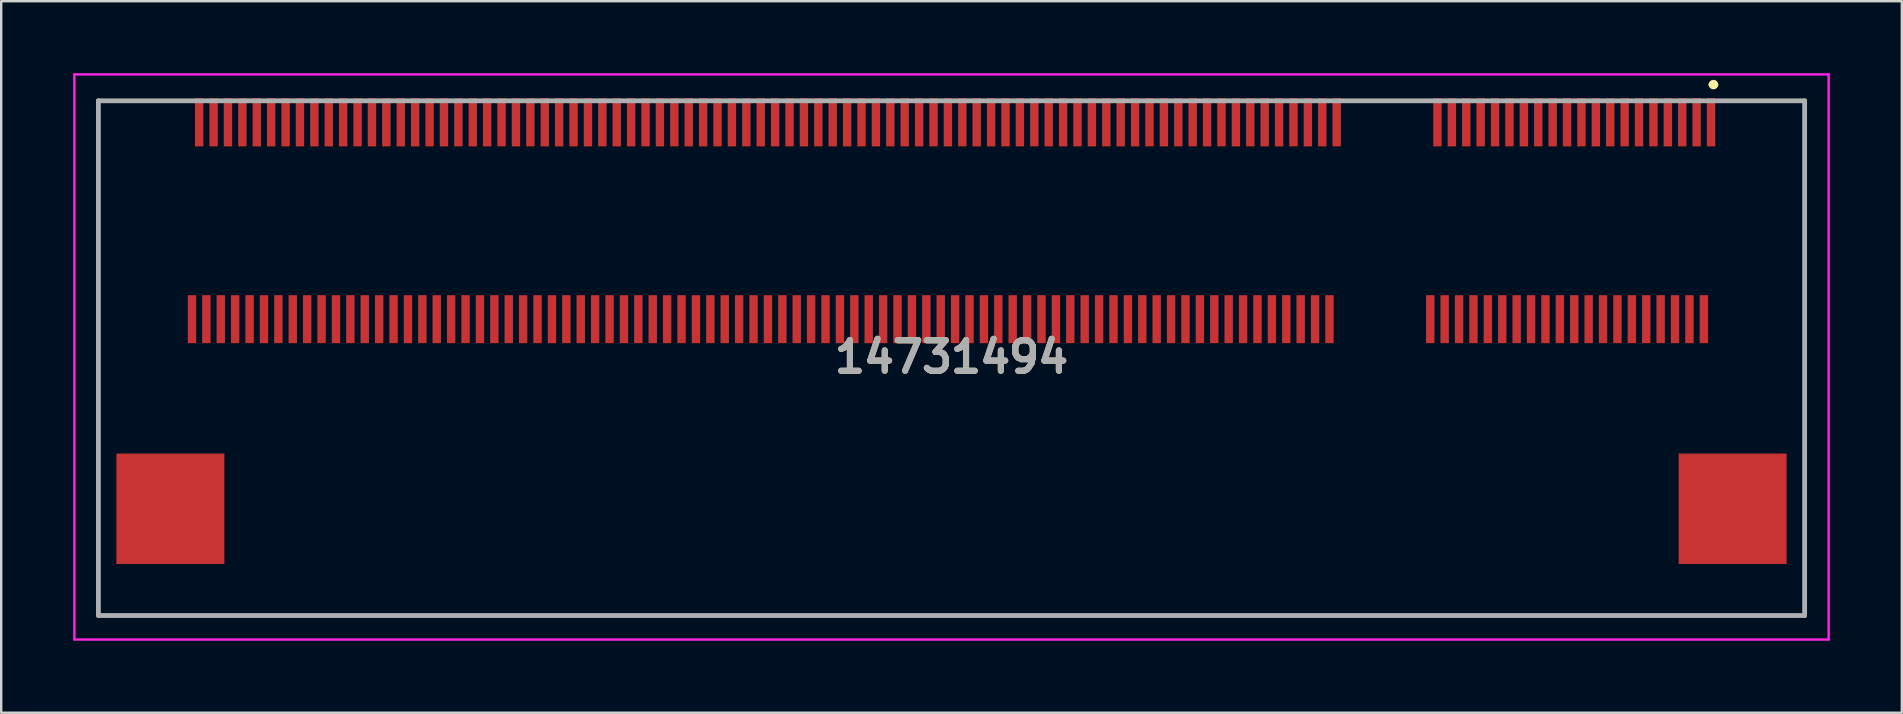
<source format=kicad_pcb>
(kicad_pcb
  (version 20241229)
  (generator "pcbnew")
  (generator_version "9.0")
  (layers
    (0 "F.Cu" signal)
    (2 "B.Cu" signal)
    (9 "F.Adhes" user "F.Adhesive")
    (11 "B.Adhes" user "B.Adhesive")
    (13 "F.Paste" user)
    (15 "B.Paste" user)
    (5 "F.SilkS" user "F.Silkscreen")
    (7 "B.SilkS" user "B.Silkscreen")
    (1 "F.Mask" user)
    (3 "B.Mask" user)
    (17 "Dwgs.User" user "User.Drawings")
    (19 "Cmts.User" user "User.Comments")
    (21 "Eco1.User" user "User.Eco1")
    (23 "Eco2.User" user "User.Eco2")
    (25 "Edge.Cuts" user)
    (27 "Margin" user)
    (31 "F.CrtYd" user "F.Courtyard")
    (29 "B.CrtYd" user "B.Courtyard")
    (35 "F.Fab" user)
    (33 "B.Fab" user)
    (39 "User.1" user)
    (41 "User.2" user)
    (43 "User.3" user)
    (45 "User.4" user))
  (footprint "14731494"
    (layer "F.Cu")
    (at 36.6 11.875)
    (property "Reference" "14731494" (at 0 -0.05 0) (layer "F.SilkS") (effects (font (size 1.27 1.27) (thickness 0.254))))
    (attr through_hole)
    (fp_line (start -35.55 -10.725) (end -33 -10.725) (stroke (width 0.1) (type solid)) (layer "F.SilkS"))
    (fp_line (start -35.55 10.725) (end -35.55 -10.725) (stroke (width 0.1) (type solid)) (layer "F.SilkS"))
    (fp_line (start 31.65 -11.4) (end 31.65 -11.4) (stroke (width 0.2) (type solid)) (layer "F.SilkS"))
    (fp_line (start 31.85 -11.4) (end 31.85 -11.4) (stroke (width 0.2) (type solid)) (layer "F.SilkS"))
    (fp_line (start 33 -10.725) (end 35.55 -10.725) (stroke (width 0.1) (type solid)) (layer "F.SilkS"))
    (fp_line (start 35.55 -10.725) (end 35.55 10.725) (stroke (width 0.1) (type solid)) (layer "F.SilkS"))
    (fp_line (start 35.55 10.725) (end -35.55 10.725) (stroke (width 0.1) (type solid)) (layer "F.SilkS"))
    (fp_arc (start 31.65 -11.4) (mid 31.75 -11.5) (end 31.85 -11.4) (stroke (width 0.2) (type solid)) (layer "F.SilkS"))
    (fp_arc (start 31.85 -11.4) (mid 31.75 -11.3) (end 31.65 -11.4) (stroke (width 0.2) (type solid)) (layer "F.SilkS"))
    (fp_line (start -36.55 -11.825) (end 36.55 -11.825) (stroke (width 0.1) (type solid)) (layer "F.CrtYd"))
    (fp_line (start -36.55 11.725) (end -36.55 -11.825) (stroke (width 0.1) (type solid)) (layer "F.CrtYd"))
    (fp_line (start 36.55 -11.825) (end 36.55 11.725) (stroke (width 0.1) (type solid)) (layer "F.CrtYd"))
    (fp_line (start 36.55 11.725) (end -36.55 11.725) (stroke (width 0.1) (type solid)) (layer "F.CrtYd"))
    (fp_line (start -35.55 -10.725) (end 35.55 -10.725) (stroke (width 0.2) (type solid)) (layer "F.Fab"))
    (fp_line (start -35.55 10.725) (end -35.55 -10.725) (stroke (width 0.2) (type solid)) (layer "F.Fab"))
    (fp_line (start 35.55 -10.725) (end 35.55 10.725) (stroke (width 0.2) (type solid)) (layer "F.Fab"))
    (fp_line (start 35.55 10.725) (end -35.55 10.725) (stroke (width 0.2) (type solid)) (layer "F.Fab"))
    (fp_text user "${REFERENCE}" (at 0 -0.05 0) (layer "F.Fab") (effects (font (size 1.27 1.27) (thickness 0.254))))
    (pad "" np_thru_hole circle (at -33.4 -5.725) (size 0.001 0.001) (drill 1.1) (layers "*.Cu" "*.Mask"))
    (pad "" np_thru_hole circle (at 33.4 -5.725) (size 0.001 0.001) (drill 1.6) (layers "*.Cu" "*.Mask"))
    (pad "1" smd rect (at 31.65 -9.825) (size 0.35 2) (layers "F.Cu" "F.Mask" "F.Paste"))
    (pad "2" smd rect (at 31.35 -1.625) (size 0.35 2) (layers "F.Cu" "F.Mask" "F.Paste"))
    (pad "3" smd rect (at 31.05 -9.825) (size 0.35 2) (layers "F.Cu" "F.Mask" "F.Paste"))
    (pad "4" smd rect (at 30.75 -1.625) (size 0.35 2) (layers "F.Cu" "F.Mask" "F.Paste"))
    (pad "5" smd rect (at 30.45 -9.825) (size 0.35 2) (layers "F.Cu" "F.Mask" "F.Paste"))
    (pad "6" smd rect (at 30.15 -1.625) (size 0.35 2) (layers "F.Cu" "F.Mask" "F.Paste"))
    (pad "7" smd rect (at 29.85 -9.825) (size 0.35 2) (layers "F.Cu" "F.Mask" "F.Paste"))
    (pad "8" smd rect (at 29.55 -1.625) (size 0.35 2) (layers "F.Cu" "F.Mask" "F.Paste"))
    (pad "9" smd rect (at 29.25 -9.825) (size 0.35 2) (layers "F.Cu" "F.Mask" "F.Paste"))
    (pad "10" smd rect (at 28.95 -1.625) (size 0.35 2) (layers "F.Cu" "F.Mask" "F.Paste"))
    (pad "11" smd rect (at 28.65 -9.825) (size 0.35 2) (layers "F.Cu" "F.Mask" "F.Paste"))
    (pad "12" smd rect (at 28.35 -1.625) (size 0.35 2) (layers "F.Cu" "F.Mask" "F.Paste"))
    (pad "13" smd rect (at 28.05 -9.825) (size 0.35 2) (layers "F.Cu" "F.Mask" "F.Paste"))
    (pad "14" smd rect (at 27.75 -1.625) (size 0.35 2) (layers "F.Cu" "F.Mask" "F.Paste"))
    (pad "15" smd rect (at 27.45 -9.825) (size 0.35 2) (layers "F.Cu" "F.Mask" "F.Paste"))
    (pad "16" smd rect (at 27.15 -1.625) (size 0.35 2) (layers "F.Cu" "F.Mask" "F.Paste"))
    (pad "17" smd rect (at 26.85 -9.825) (size 0.35 2) (layers "F.Cu" "F.Mask" "F.Paste"))
    (pad "18" smd rect (at 26.55 -1.625) (size 0.35 2) (layers "F.Cu" "F.Mask" "F.Paste"))
    (pad "19" smd rect (at 26.25 -9.825) (size 0.35 2) (layers "F.Cu" "F.Mask" "F.Paste"))
    (pad "20" smd rect (at 25.95 -1.625) (size 0.35 2) (layers "F.Cu" "F.Mask" "F.Paste"))
    (pad "21" smd rect (at 25.65 -9.825) (size 0.35 2) (layers "F.Cu" "F.Mask" "F.Paste"))
    (pad "22" smd rect (at 25.35 -1.625) (size 0.35 2) (layers "F.Cu" "F.Mask" "F.Paste"))
    (pad "23" smd rect (at 25.05 -9.825) (size 0.35 2) (layers "F.Cu" "F.Mask" "F.Paste"))
    (pad "24" smd rect (at 24.75 -1.625) (size 0.35 2) (layers "F.Cu" "F.Mask" "F.Paste"))
    (pad "25" smd rect (at 24.45 -9.825) (size 0.35 2) (layers "F.Cu" "F.Mask" "F.Paste"))
    (pad "26" smd rect (at 24.15 -1.625) (size 0.35 2) (layers "F.Cu" "F.Mask" "F.Paste"))
    (pad "27" smd rect (at 23.85 -9.825) (size 0.35 2) (layers "F.Cu" "F.Mask" "F.Paste"))
    (pad "28" smd rect (at 23.55 -1.625) (size 0.35 2) (layers "F.Cu" "F.Mask" "F.Paste"))
    (pad "29" smd rect (at 23.25 -9.825) (size 0.35 2) (layers "F.Cu" "F.Mask" "F.Paste"))
    (pad "30" smd rect (at 22.95 -1.625) (size 0.35 2) (layers "F.Cu" "F.Mask" "F.Paste"))
    (pad "31" smd rect (at 22.65 -9.825) (size 0.35 2) (layers "F.Cu" "F.Mask" "F.Paste"))
    (pad "32" smd rect (at 22.35 -1.625) (size 0.35 2) (layers "F.Cu" "F.Mask" "F.Paste"))
    (pad "33" smd rect (at 22.05 -9.825) (size 0.35 2) (layers "F.Cu" "F.Mask" "F.Paste"))
    (pad "34" smd rect (at 21.75 -1.625) (size 0.35 2) (layers "F.Cu" "F.Mask" "F.Paste"))
    (pad "35" smd rect (at 21.45 -9.825) (size 0.35 2) (layers "F.Cu" "F.Mask" "F.Paste"))
    (pad "36" smd rect (at 21.15 -1.625) (size 0.35 2) (layers "F.Cu" "F.Mask" "F.Paste"))
    (pad "37" smd rect (at 20.85 -9.825) (size 0.35 2) (layers "F.Cu" "F.Mask" "F.Paste"))
    (pad "38" smd rect (at 20.55 -1.625) (size 0.35 2) (layers "F.Cu" "F.Mask" "F.Paste"))
    (pad "39" smd rect (at 20.25 -9.825) (size 0.35 2) (layers "F.Cu" "F.Mask" "F.Paste"))
    (pad "40" smd rect (at 19.95 -1.625) (size 0.35 2) (layers "F.Cu" "F.Mask" "F.Paste"))
    (pad "41" smd rect (at 16.05 -9.825) (size 0.35 2) (layers "F.Cu" "F.Mask" "F.Paste"))
    (pad "42" smd rect (at 15.75 -1.625) (size 0.35 2) (layers "F.Cu" "F.Mask" "F.Paste"))
    (pad "43" smd rect (at 15.45 -9.825) (size 0.35 2) (layers "F.Cu" "F.Mask" "F.Paste"))
    (pad "44" smd rect (at 15.15 -1.625) (size 0.35 2) (layers "F.Cu" "F.Mask" "F.Paste"))
    (pad "45" smd rect (at 14.85 -9.825) (size 0.35 2) (layers "F.Cu" "F.Mask" "F.Paste"))
    (pad "46" smd rect (at 14.55 -1.625) (size 0.35 2) (layers "F.Cu" "F.Mask" "F.Paste"))
    (pad "47" smd rect (at 14.25 -9.825) (size 0.35 2) (layers "F.Cu" "F.Mask" "F.Paste"))
    (pad "48" smd rect (at 13.95 -1.625) (size 0.35 2) (layers "F.Cu" "F.Mask" "F.Paste"))
    (pad "49" smd rect (at 13.65 -9.825) (size 0.35 2) (layers "F.Cu" "F.Mask" "F.Paste"))
    (pad "50" smd rect (at 13.35 -1.625) (size 0.35 2) (layers "F.Cu" "F.Mask" "F.Paste"))
    (pad "51" smd rect (at 13.05 -9.825) (size 0.35 2) (layers "F.Cu" "F.Mask" "F.Paste"))
    (pad "52" smd rect (at 12.75 -1.625) (size 0.35 2) (layers "F.Cu" "F.Mask" "F.Paste"))
    (pad "53" smd rect (at 12.45 -9.825) (size 0.35 2) (layers "F.Cu" "F.Mask" "F.Paste"))
    (pad "54" smd rect (at 12.15 -1.625) (size 0.35 2) (layers "F.Cu" "F.Mask" "F.Paste"))
    (pad "55" smd rect (at 11.85 -9.825) (size 0.35 2) (layers "F.Cu" "F.Mask" "F.Paste"))
    (pad "56" smd rect (at 11.55 -1.625) (size 0.35 2) (layers "F.Cu" "F.Mask" "F.Paste"))
    (pad "57" smd rect (at 11.25 -9.825) (size 0.35 2) (layers "F.Cu" "F.Mask" "F.Paste"))
    (pad "58" smd rect (at 10.95 -1.625) (size 0.35 2) (layers "F.Cu" "F.Mask" "F.Paste"))
    (pad "59" smd rect (at 10.65 -9.825) (size 0.35 2) (layers "F.Cu" "F.Mask" "F.Paste"))
    (pad "60" smd rect (at 10.35 -1.625) (size 0.35 2) (layers "F.Cu" "F.Mask" "F.Paste"))
    (pad "61" smd rect (at 10.05 -9.825) (size 0.35 2) (layers "F.Cu" "F.Mask" "F.Paste"))
    (pad "62" smd rect (at 9.75 -1.625) (size 0.35 2) (layers "F.Cu" "F.Mask" "F.Paste"))
    (pad "63" smd rect (at 9.45 -9.825) (size 0.35 2) (layers "F.Cu" "F.Mask" "F.Paste"))
    (pad "64" smd rect (at 9.15 -1.625) (size 0.35 2) (layers "F.Cu" "F.Mask" "F.Paste"))
    (pad "65" smd rect (at 8.85 -9.825) (size 0.35 2) (layers "F.Cu" "F.Mask" "F.Paste"))
    (pad "66" smd rect (at 8.55 -1.625) (size 0.35 2) (layers "F.Cu" "F.Mask" "F.Paste"))
    (pad "67" smd rect (at 8.25 -9.825) (size 0.35 2) (layers "F.Cu" "F.Mask" "F.Paste"))
    (pad "68" smd rect (at 7.95 -1.625) (size 0.35 2) (layers "F.Cu" "F.Mask" "F.Paste"))
    (pad "69" smd rect (at 7.65 -9.825) (size 0.35 2) (layers "F.Cu" "F.Mask" "F.Paste"))
    (pad "70" smd rect (at 7.35 -1.625) (size 0.35 2) (layers "F.Cu" "F.Mask" "F.Paste"))
    (pad "71" smd rect (at 7.05 -9.825) (size 0.35 2) (layers "F.Cu" "F.Mask" "F.Paste"))
    (pad "72" smd rect (at 6.75 -1.625) (size 0.35 2) (layers "F.Cu" "F.Mask" "F.Paste"))
    (pad "73" smd rect (at 6.45 -9.825) (size 0.35 2) (layers "F.Cu" "F.Mask" "F.Paste"))
    (pad "74" smd rect (at 6.15 -1.625) (size 0.35 2) (layers "F.Cu" "F.Mask" "F.Paste"))
    (pad "75" smd rect (at 5.85 -9.825) (size 0.35 2) (layers "F.Cu" "F.Mask" "F.Paste"))
    (pad "76" smd rect (at 5.55 -1.625) (size 0.35 2) (layers "F.Cu" "F.Mask" "F.Paste"))
    (pad "77" smd rect (at 5.25 -9.825) (size 0.35 2) (layers "F.Cu" "F.Mask" "F.Paste"))
    (pad "78" smd rect (at 4.95 -1.625) (size 0.35 2) (layers "F.Cu" "F.Mask" "F.Paste"))
    (pad "79" smd rect (at 4.65 -9.825) (size 0.35 2) (layers "F.Cu" "F.Mask" "F.Paste"))
    (pad "80" smd rect (at 4.35 -1.625) (size 0.35 2) (layers "F.Cu" "F.Mask" "F.Paste"))
    (pad "81" smd rect (at 4.05 -9.825) (size 0.35 2) (layers "F.Cu" "F.Mask" "F.Paste"))
    (pad "82" smd rect (at 3.75 -1.625) (size 0.35 2) (layers "F.Cu" "F.Mask" "F.Paste"))
    (pad "83" smd rect (at 3.45 -9.825) (size 0.35 2) (layers "F.Cu" "F.Mask" "F.Paste"))
    (pad "84" smd rect (at 3.15 -1.625) (size 0.35 2) (layers "F.Cu" "F.Mask" "F.Paste"))
    (pad "85" smd rect (at 2.85 -9.825) (size 0.35 2) (layers "F.Cu" "F.Mask" "F.Paste"))
    (pad "86" smd rect (at 2.55 -1.625) (size 0.35 2) (layers "F.Cu" "F.Mask" "F.Paste"))
    (pad "87" smd rect (at 2.25 -9.825) (size 0.35 2) (layers "F.Cu" "F.Mask" "F.Paste"))
    (pad "88" smd rect (at 1.95 -1.625) (size 0.35 2) (layers "F.Cu" "F.Mask" "F.Paste"))
    (pad "89" smd rect (at 1.65 -9.825) (size 0.35 2) (layers "F.Cu" "F.Mask" "F.Paste"))
    (pad "90" smd rect (at 1.35 -1.625) (size 0.35 2) (layers "F.Cu" "F.Mask" "F.Paste"))
    (pad "91" smd rect (at 1.05 -9.825) (size 0.35 2) (layers "F.Cu" "F.Mask" "F.Paste"))
    (pad "92" smd rect (at 0.75 -1.625) (size 0.35 2) (layers "F.Cu" "F.Mask" "F.Paste"))
    (pad "93" smd rect (at 0.45 -9.825) (size 0.35 2) (layers "F.Cu" "F.Mask" "F.Paste"))
    (pad "94" smd rect (at 0.15 -1.625) (size 0.35 2) (layers "F.Cu" "F.Mask" "F.Paste"))
    (pad "95" smd rect (at -0.15 -9.825) (size 0.35 2) (layers "F.Cu" "F.Mask" "F.Paste"))
    (pad "96" smd rect (at -0.45 -1.625) (size 0.35 2) (layers "F.Cu" "F.Mask" "F.Paste"))
    (pad "97" smd rect (at -0.75 -9.825) (size 0.35 2) (layers "F.Cu" "F.Mask" "F.Paste"))
    (pad "98" smd rect (at -1.05 -1.625) (size 0.35 2) (layers "F.Cu" "F.Mask" "F.Paste"))
    (pad "99" smd rect (at -1.35 -9.825) (size 0.35 2) (layers "F.Cu" "F.Mask" "F.Paste"))
    (pad "100" smd rect (at -1.65 -1.625) (size 0.35 2) (layers "F.Cu" "F.Mask" "F.Paste"))
    (pad "101" smd rect (at -1.95 -9.825) (size 0.35 2) (layers "F.Cu" "F.Mask" "F.Paste"))
    (pad "102" smd rect (at -2.25 -1.625) (size 0.35 2) (layers "F.Cu" "F.Mask" "F.Paste"))
    (pad "103" smd rect (at -2.55 -9.825) (size 0.35 2) (layers "F.Cu" "F.Mask" "F.Paste"))
    (pad "104" smd rect (at -2.85 -1.625) (size 0.35 2) (layers "F.Cu" "F.Mask" "F.Paste"))
    (pad "105" smd rect (at -3.15 -9.825) (size 0.35 2) (layers "F.Cu" "F.Mask" "F.Paste"))
    (pad "106" smd rect (at -3.45 -1.625) (size 0.35 2) (layers "F.Cu" "F.Mask" "F.Paste"))
    (pad "107" smd rect (at -3.75 -9.825) (size 0.35 2) (layers "F.Cu" "F.Mask" "F.Paste"))
    (pad "108" smd rect (at -4.05 -1.625) (size 0.35 2) (layers "F.Cu" "F.Mask" "F.Paste"))
    (pad "109" smd rect (at -4.35 -9.825) (size 0.35 2) (layers "F.Cu" "F.Mask" "F.Paste"))
    (pad "110" smd rect (at -4.65 -1.625) (size 0.35 2) (layers "F.Cu" "F.Mask" "F.Paste"))
    (pad "111" smd rect (at -4.95 -9.825) (size 0.35 2) (layers "F.Cu" "F.Mask" "F.Paste"))
    (pad "112" smd rect (at -5.25 -1.625) (size 0.35 2) (layers "F.Cu" "F.Mask" "F.Paste"))
    (pad "113" smd rect (at -5.55 -9.825) (size 0.35 2) (layers "F.Cu" "F.Mask" "F.Paste"))
    (pad "114" smd rect (at -5.85 -1.625) (size 0.35 2) (layers "F.Cu" "F.Mask" "F.Paste"))
    (pad "115" smd rect (at -6.15 -9.825) (size 0.35 2) (layers "F.Cu" "F.Mask" "F.Paste"))
    (pad "116" smd rect (at -6.45 -1.625) (size 0.35 2) (layers "F.Cu" "F.Mask" "F.Paste"))
    (pad "117" smd rect (at -6.75 -9.825) (size 0.35 2) (layers "F.Cu" "F.Mask" "F.Paste"))
    (pad "118" smd rect (at -7.05 -1.625) (size 0.35 2) (layers "F.Cu" "F.Mask" "F.Paste"))
    (pad "119" smd rect (at -7.35 -9.825) (size 0.35 2) (layers "F.Cu" "F.Mask" "F.Paste"))
    (pad "120" smd rect (at -7.65 -1.625) (size 0.35 2) (layers "F.Cu" "F.Mask" "F.Paste"))
    (pad "121" smd rect (at -7.95 -9.825) (size 0.35 2) (layers "F.Cu" "F.Mask" "F.Paste"))
    (pad "122" smd rect (at -8.25 -1.625) (size 0.35 2) (layers "F.Cu" "F.Mask" "F.Paste"))
    (pad "123" smd rect (at -8.55 -9.825) (size 0.35 2) (layers "F.Cu" "F.Mask" "F.Paste"))
    (pad "124" smd rect (at -8.85 -1.625) (size 0.35 2) (layers "F.Cu" "F.Mask" "F.Paste"))
    (pad "125" smd rect (at -9.15 -9.825) (size 0.35 2) (layers "F.Cu" "F.Mask" "F.Paste"))
    (pad "126" smd rect (at -9.45 -1.625) (size 0.35 2) (layers "F.Cu" "F.Mask" "F.Paste"))
    (pad "127" smd rect (at -9.75 -9.825) (size 0.35 2) (layers "F.Cu" "F.Mask" "F.Paste"))
    (pad "128" smd rect (at -10.05 -1.625) (size 0.35 2) (layers "F.Cu" "F.Mask" "F.Paste"))
    (pad "129" smd rect (at -10.35 -9.825) (size 0.35 2) (layers "F.Cu" "F.Mask" "F.Paste"))
    (pad "130" smd rect (at -10.65 -1.625) (size 0.35 2) (layers "F.Cu" "F.Mask" "F.Paste"))
    (pad "131" smd rect (at -10.95 -9.825) (size 0.35 2) (layers "F.Cu" "F.Mask" "F.Paste"))
    (pad "132" smd rect (at -11.25 -1.625) (size 0.35 2) (layers "F.Cu" "F.Mask" "F.Paste"))
    (pad "133" smd rect (at -11.55 -9.825) (size 0.35 2) (layers "F.Cu" "F.Mask" "F.Paste"))
    (pad "134" smd rect (at -11.85 -1.625) (size 0.35 2) (layers "F.Cu" "F.Mask" "F.Paste"))
    (pad "135" smd rect (at -12.15 -9.825) (size 0.35 2) (layers "F.Cu" "F.Mask" "F.Paste"))
    (pad "136" smd rect (at -12.45 -1.625) (size 0.35 2) (layers "F.Cu" "F.Mask" "F.Paste"))
    (pad "137" smd rect (at -12.75 -9.825) (size 0.35 2) (layers "F.Cu" "F.Mask" "F.Paste"))
    (pad "138" smd rect (at -13.05 -1.625) (size 0.35 2) (layers "F.Cu" "F.Mask" "F.Paste"))
    (pad "139" smd rect (at -13.35 -9.825) (size 0.35 2) (layers "F.Cu" "F.Mask" "F.Paste"))
    (pad "140" smd rect (at -13.65 -1.625) (size 0.35 2) (layers "F.Cu" "F.Mask" "F.Paste"))
    (pad "141" smd rect (at -13.95 -9.825) (size 0.35 2) (layers "F.Cu" "F.Mask" "F.Paste"))
    (pad "142" smd rect (at -14.25 -1.625) (size 0.35 2) (layers "F.Cu" "F.Mask" "F.Paste"))
    (pad "143" smd rect (at -14.55 -9.825) (size 0.35 2) (layers "F.Cu" "F.Mask" "F.Paste"))
    (pad "144" smd rect (at -14.85 -1.625) (size 0.35 2) (layers "F.Cu" "F.Mask" "F.Paste"))
    (pad "145" smd rect (at -15.15 -9.825) (size 0.35 2) (layers "F.Cu" "F.Mask" "F.Paste"))
    (pad "146" smd rect (at -15.45 -1.625) (size 0.35 2) (layers "F.Cu" "F.Mask" "F.Paste"))
    (pad "147" smd rect (at -15.75 -9.825) (size 0.35 2) (layers "F.Cu" "F.Mask" "F.Paste"))
    (pad "148" smd rect (at -16.05 -1.625) (size 0.35 2) (layers "F.Cu" "F.Mask" "F.Paste"))
    (pad "149" smd rect (at -16.35 -9.825) (size 0.35 2) (layers "F.Cu" "F.Mask" "F.Paste"))
    (pad "150" smd rect (at -16.65 -1.625) (size 0.35 2) (layers "F.Cu" "F.Mask" "F.Paste"))
    (pad "151" smd rect (at -16.95 -9.825) (size 0.35 2) (layers "F.Cu" "F.Mask" "F.Paste"))
    (pad "152" smd rect (at -17.25 -1.625) (size 0.35 2) (layers "F.Cu" "F.Mask" "F.Paste"))
    (pad "153" smd rect (at -17.55 -9.825) (size 0.35 2) (layers "F.Cu" "F.Mask" "F.Paste"))
    (pad "154" smd rect (at -17.85 -1.625) (size 0.35 2) (layers "F.Cu" "F.Mask" "F.Paste"))
    (pad "155" smd rect (at -18.15 -9.825) (size 0.35 2) (layers "F.Cu" "F.Mask" "F.Paste"))
    (pad "156" smd rect (at -18.45 -1.625) (size 0.35 2) (layers "F.Cu" "F.Mask" "F.Paste"))
    (pad "157" smd rect (at -18.75 -9.825) (size 0.35 2) (layers "F.Cu" "F.Mask" "F.Paste"))
    (pad "158" smd rect (at -19.05 -1.625) (size 0.35 2) (layers "F.Cu" "F.Mask" "F.Paste"))
    (pad "159" smd rect (at -19.35 -9.825) (size 0.35 2) (layers "F.Cu" "F.Mask" "F.Paste"))
    (pad "160" smd rect (at -19.65 -1.625) (size 0.35 2) (layers "F.Cu" "F.Mask" "F.Paste"))
    (pad "161" smd rect (at -19.95 -9.825) (size 0.35 2) (layers "F.Cu" "F.Mask" "F.Paste"))
    (pad "162" smd rect (at -20.25 -1.625) (size 0.35 2) (layers "F.Cu" "F.Mask" "F.Paste"))
    (pad "163" smd rect (at -20.55 -9.825) (size 0.35 2) (layers "F.Cu" "F.Mask" "F.Paste"))
    (pad "164" smd rect (at -20.85 -1.625) (size 0.35 2) (layers "F.Cu" "F.Mask" "F.Paste"))
    (pad "165" smd rect (at -21.15 -9.825) (size 0.35 2) (layers "F.Cu" "F.Mask" "F.Paste"))
    (pad "166" smd rect (at -21.45 -1.625) (size 0.35 2) (layers "F.Cu" "F.Mask" "F.Paste"))
    (pad "167" smd rect (at -21.75 -9.825) (size 0.35 2) (layers "F.Cu" "F.Mask" "F.Paste"))
    (pad "168" smd rect (at -22.05 -1.625) (size 0.35 2) (layers "F.Cu" "F.Mask" "F.Paste"))
    (pad "169" smd rect (at -22.35 -9.825) (size 0.35 2) (layers "F.Cu" "F.Mask" "F.Paste"))
    (pad "170" smd rect (at -22.65 -1.625) (size 0.35 2) (layers "F.Cu" "F.Mask" "F.Paste"))
    (pad "171" smd rect (at -22.95 -9.825) (size 0.35 2) (layers "F.Cu" "F.Mask" "F.Paste"))
    (pad "172" smd rect (at -23.25 -1.625) (size 0.35 2) (layers "F.Cu" "F.Mask" "F.Paste"))
    (pad "173" smd rect (at -23.55 -9.825) (size 0.35 2) (layers "F.Cu" "F.Mask" "F.Paste"))
    (pad "174" smd rect (at -23.85 -1.625) (size 0.35 2) (layers "F.Cu" "F.Mask" "F.Paste"))
    (pad "175" smd rect (at -24.15 -9.825) (size 0.35 2) (layers "F.Cu" "F.Mask" "F.Paste"))
    (pad "176" smd rect (at -24.45 -1.625) (size 0.35 2) (layers "F.Cu" "F.Mask" "F.Paste"))
    (pad "177" smd rect (at -24.75 -9.825) (size 0.35 2) (layers "F.Cu" "F.Mask" "F.Paste"))
    (pad "178" smd rect (at -25.05 -1.625) (size 0.35 2) (layers "F.Cu" "F.Mask" "F.Paste"))
    (pad "179" smd rect (at -25.35 -9.825) (size 0.35 2) (layers "F.Cu" "F.Mask" "F.Paste"))
    (pad "180" smd rect (at -25.65 -1.625) (size 0.35 2) (layers "F.Cu" "F.Mask" "F.Paste"))
    (pad "181" smd rect (at -25.95 -9.825) (size 0.35 2) (layers "F.Cu" "F.Mask" "F.Paste"))
    (pad "182" smd rect (at -26.25 -1.625) (size 0.35 2) (layers "F.Cu" "F.Mask" "F.Paste"))
    (pad "183" smd rect (at -26.55 -9.825) (size 0.35 2) (layers "F.Cu" "F.Mask" "F.Paste"))
    (pad "184" smd rect (at -26.85 -1.625) (size 0.35 2) (layers "F.Cu" "F.Mask" "F.Paste"))
    (pad "185" smd rect (at -27.15 -9.825) (size 0.35 2) (layers "F.Cu" "F.Mask" "F.Paste"))
    (pad "186" smd rect (at -27.45 -1.625) (size 0.35 2) (layers "F.Cu" "F.Mask" "F.Paste"))
    (pad "187" smd rect (at -27.75 -9.825) (size 0.35 2) (layers "F.Cu" "F.Mask" "F.Paste"))
    (pad "188" smd rect (at -28.05 -1.625) (size 0.35 2) (layers "F.Cu" "F.Mask" "F.Paste"))
    (pad "189" smd rect (at -28.35 -9.825) (size 0.35 2) (layers "F.Cu" "F.Mask" "F.Paste"))
    (pad "190" smd rect (at -28.65 -1.625) (size 0.35 2) (layers "F.Cu" "F.Mask" "F.Paste"))
    (pad "191" smd rect (at -28.95 -9.825) (size 0.35 2) (layers "F.Cu" "F.Mask" "F.Paste"))
    (pad "192" smd rect (at -29.25 -1.625) (size 0.35 2) (layers "F.Cu" "F.Mask" "F.Paste"))
    (pad "193" smd rect (at -29.55 -9.825) (size 0.35 2) (layers "F.Cu" "F.Mask" "F.Paste"))
    (pad "194" smd rect (at -29.85 -1.625) (size 0.35 2) (layers "F.Cu" "F.Mask" "F.Paste"))
    (pad "195" smd rect (at -30.15 -9.825) (size 0.35 2) (layers "F.Cu" "F.Mask" "F.Paste"))
    (pad "196" smd rect (at -30.45 -1.625) (size 0.35 2) (layers "F.Cu" "F.Mask" "F.Paste"))
    (pad "197" smd rect (at -30.75 -9.825) (size 0.35 2) (layers "F.Cu" "F.Mask" "F.Paste"))
    (pad "198" smd rect (at -31.05 -1.625) (size 0.35 2) (layers "F.Cu" "F.Mask" "F.Paste"))
    (pad "199" smd rect (at -31.35 -9.825) (size 0.35 2) (layers "F.Cu" "F.Mask" "F.Paste"))
    (pad "200" smd rect (at -31.65 -1.625) (size 0.35 2) (layers "F.Cu" "F.Mask" "F.Paste"))
    (pad "MP1" smd rect (at 32.55 6.275) (size 4.5 4.6) (layers "F.Cu" "F.Mask" "F.Paste"))
    (pad "MP2" smd rect (at -32.55 6.275) (size 4.5 4.6) (layers "F.Cu" "F.Mask" "F.Paste")))
  (gr_rect
    (start -3 -3)
    (end 76.2 26.65)
    (stroke (width 0.1) (type default))
    (fill no)
    (layer "Edge.Cuts")))
</source>
